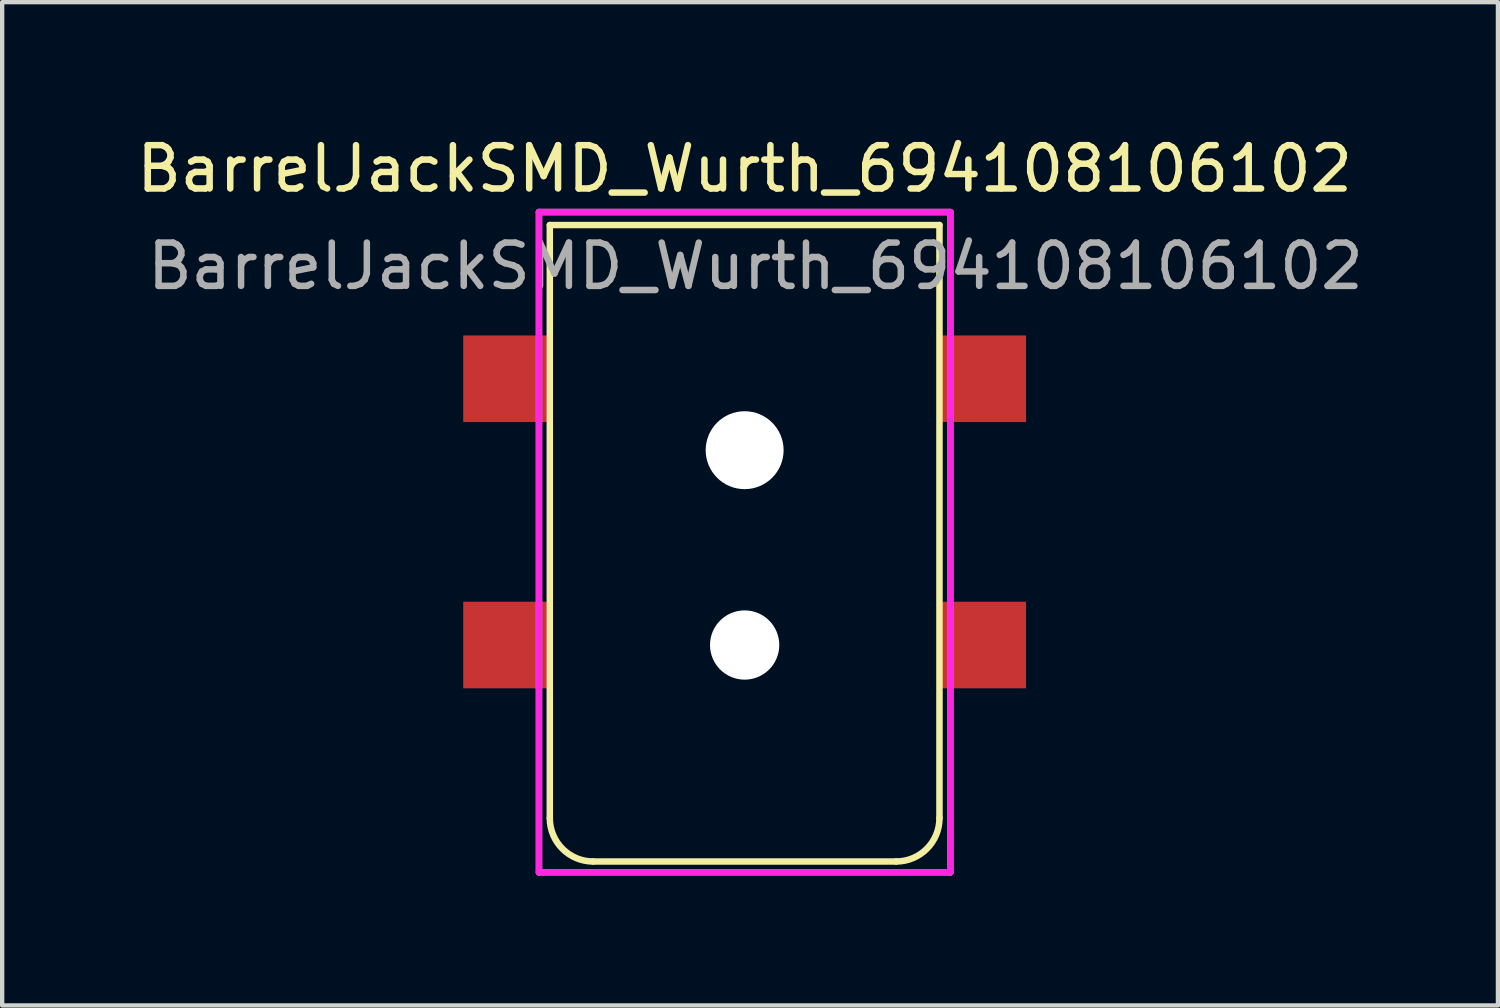
<source format=kicad_pcb>
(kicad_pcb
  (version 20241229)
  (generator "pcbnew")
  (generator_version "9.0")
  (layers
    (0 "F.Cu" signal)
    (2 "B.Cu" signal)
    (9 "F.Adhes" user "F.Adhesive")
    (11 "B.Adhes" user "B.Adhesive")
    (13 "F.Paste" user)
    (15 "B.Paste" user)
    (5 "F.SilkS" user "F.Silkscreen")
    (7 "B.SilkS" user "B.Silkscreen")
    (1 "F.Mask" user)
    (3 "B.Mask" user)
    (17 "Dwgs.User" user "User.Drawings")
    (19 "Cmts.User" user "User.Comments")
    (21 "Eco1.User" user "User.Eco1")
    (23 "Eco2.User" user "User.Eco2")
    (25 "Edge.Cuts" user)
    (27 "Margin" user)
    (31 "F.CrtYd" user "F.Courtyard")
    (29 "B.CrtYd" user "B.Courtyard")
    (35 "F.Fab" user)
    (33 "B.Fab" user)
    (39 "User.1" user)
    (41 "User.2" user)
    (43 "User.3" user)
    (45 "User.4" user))
  (footprint "BarrelJackSMD_Wurth_694108106102"
    (layer "F.Cu")
    (at 14.149 11.848)
    (property "Reference" "BarrelJackSMD_Wurth_694108106102" (at 0 -11 0) (layer "F.SilkS") (effects (font (size 1 1) (thickness 0.15))))
    (attr through_hole)
    (fp_line (start -4.5 -9.7) (end 4.5 -9.7) (stroke (width 0.15) (type solid)) (layer "F.SilkS"))
    (fp_line (start -4.5 4) (end -4.5 -9.7) (stroke (width 0.15) (type solid)) (layer "F.SilkS"))
    (fp_line (start -3.5 5) (end 3.5 5) (stroke (width 0.15) (type solid)) (layer "F.SilkS"))
    (fp_line (start 4.5 -9.7) (end 4.5 4) (stroke (width 0.15) (type solid)) (layer "F.SilkS"))
    (fp_arc (start -3.5 5) (mid -4.207107 4.707107) (end -4.5 4) (stroke (width 0.15) (type solid)) (layer "F.SilkS"))
    (fp_arc (start 4.5 4) (mid 4.207107 4.707107) (end 3.5 5) (stroke (width 0.15) (type solid)) (layer "F.SilkS"))
    (fp_line (start -4.75 -10) (end 4.75 -10) (stroke (width 0.15) (type solid)) (layer "F.CrtYd"))
    (fp_line (start -4.75 5.25) (end -4.75 -10) (stroke (width 0.15) (type solid)) (layer "F.CrtYd"))
    (fp_line (start 4.75 -10) (end 4.75 5.25) (stroke (width 0.15) (type solid)) (layer "F.CrtYd"))
    (fp_line (start 4.75 5.25) (end -4.75 5.25) (stroke (width 0.15) (type solid)) (layer "F.CrtYd"))
    (fp_line (start -4.75 -10) (end 4.75 -10) (stroke (width 0.15) (type solid)) (layer "F.Fab"))
    (fp_line (start -4.75 5.25) (end -4.75 -10) (stroke (width 0.15) (type solid)) (layer "F.Fab"))
    (fp_line (start 4.75 -10) (end 4.75 5.25) (stroke (width 0.15) (type solid)) (layer "F.Fab"))
    (fp_line (start 4.75 5.25) (end -4.75 5.25) (stroke (width 0.15) (type solid)) (layer "F.Fab"))
    (fp_text user "${REFERENCE}" (at 0.25 -8.75 0) (layer "F.Fab") (effects (font (size 1 1) (thickness 0.15))))
    (pad "" np_thru_hole circle (at 0 -4.5) (size 1.8 1.8) (drill 1.8) (layers "*.Cu" "*.Mask"))
    (pad "" np_thru_hole circle (at 0 0) (size 1.6 1.6) (drill 1.6) (layers "*.Cu" "*.Mask"))
    (pad "1" smd rect (at -5.5 -6.15) (size 2 2) (layers "F.Cu" "F.Mask" "F.Paste"))
    (pad "1" smd rect (at -5.5 0) (size 2 2) (layers "F.Cu" "F.Mask" "F.Paste"))
    (pad "2" smd rect (at 5.5 0) (size 2 2) (layers "F.Cu" "F.Mask" "F.Paste"))
    (pad "3" smd rect (at 5.5 -6.15) (size 2 2) (layers "F.Cu" "F.Mask" "F.Paste")))
  (gr_rect
    (start -3 -3)
    (end 31.548 20.173)
    (stroke (width 0.1) (type default))
    (fill no)
    (layer "Edge.Cuts")))
</source>
